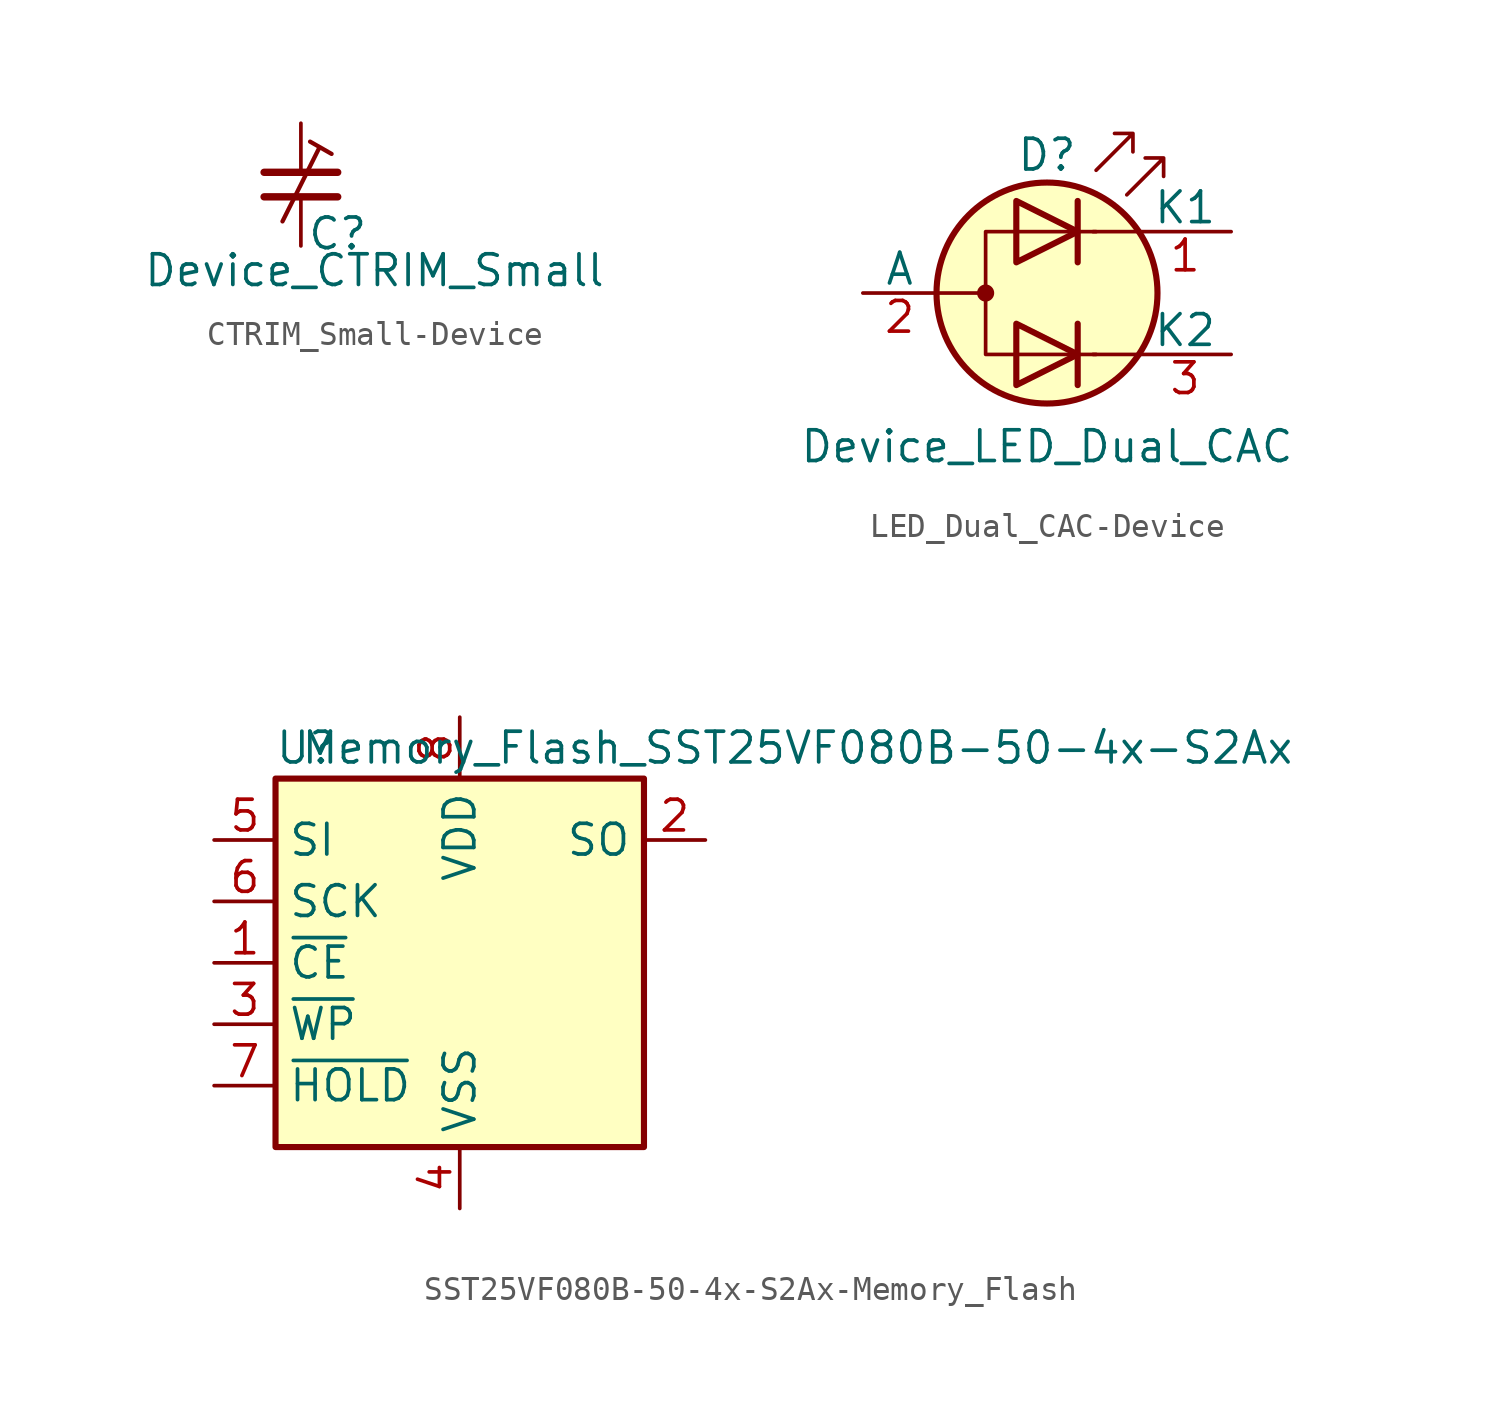
<source format=kicad_sym>
(kicad_symbol_lib
  (version 20220914)
  (generator kicad_symbol_editor)
  (symbol "CTRIM_Small-Device"
    (pin_numbers hide)
    (pin_names
      (offset 0.254) hide)
    (property "Reference" "C"
      (at 1.524 -2.032 0)
      (effects (font (size 1.27 1.27))))
    (property "Value" "Device_CTRIM_Small"
      (at 3.048 -3.556 0)
      (effects (font (size 1.27 1.27))))
    (symbol "CTRIM_Small-Device_0_1"
      (polyline (pts (xy -1.524 -0.508) (xy 1.524 -0.508)) (stroke (width 0.305) (type solid)) (fill (type none)))
      (polyline (pts (xy -1.524 0.508) (xy 1.524 0.508)) (stroke (width 0.305) (type solid)) (fill (type none)))
      (polyline (pts (xy 0.762 1.524) (xy -0.762 -1.524)) (stroke (width 0.178) (type solid)) (fill (type none)))
      (polyline (pts (xy 1.27 1.27) (xy 0.381 1.778)) (stroke (width 0.178) (type solid)) (fill (type none))))
    (symbol "CTRIM_Small-Device_1_1"
      (pin passive line (at 0 2.54 270) (length 2.032) (name "~" (effects (font (size 1.27 1.27)))) (number "1" (effects (font (size 1.27 1.27)))))
      (pin passive line (at 0 -2.54 90) (length 2.032) (name "~" (effects (font (size 1.27 1.27)))) (number "2" (effects (font (size 1.27 1.27)))))))
  (symbol "LED_Dual_CAC-Device"
    (pin_names
      (offset 0))
    (property "Reference" "D"
      (at 0 5.715 0)
      (effects (font (size 1.27 1.27))))
    (property "Value" "Device_LED_Dual_CAC"
      (at 0 -6.35 0)
      (effects (font (size 1.27 1.27))))
    (symbol "LED_Dual_CAC-Device_0_1"
      (circle (center -2.54 0) (radius 0.279) (stroke (width 0) (type solid)) (fill (type outline)))
      (polyline (pts (xy -4.572 0) (xy -2.54 0)) (stroke (width 0) (type solid)) (fill (type none)))
      (polyline (pts (xy 1.27 -1.27) (xy 1.27 -3.81)) (stroke (width 0.254) (type solid)) (fill (type none)))
      (polyline (pts (xy 1.27 3.81) (xy 1.27 1.27)) (stroke (width 0.254) (type solid)) (fill (type none)))
      (polyline (pts (xy 3.81 -2.54) (xy 1.905 -2.54)) (stroke (width 0) (type solid)) (fill (type none)))
      (polyline (pts (xy 3.81 2.54) (xy 1.905 2.54)) (stroke (width 0) (type solid)) (fill (type none)))
      (polyline (pts (xy -1.27 -1.27) (xy -1.27 -3.81) (xy 1.27 -2.54) (xy -1.27 -1.27)) (stroke (width 0.254) (type solid)) (fill (type none)))
      (polyline (pts (xy -1.27 3.81) (xy -1.27 1.27) (xy 1.27 2.54) (xy -1.27 3.81)) (stroke (width 0.254) (type solid)) (fill (type none)))
      (polyline (pts (xy 2.032 2.54) (xy -2.54 2.54) (xy -2.54 -2.54) (xy 2.032 -2.54)) (stroke (width 0) (type solid)) (fill (type none)))
      (polyline (pts (xy 2.032 5.08) (xy 3.556 6.604) (xy 2.794 6.604) (xy 3.556 6.604) (xy 3.556 5.842)) (stroke (width 0) (type solid)) (fill (type none)))
      (polyline (pts (xy 3.302 4.064) (xy 4.826 5.588) (xy 4.064 5.588) (xy 4.826 5.588) (xy 4.826 4.826)) (stroke (width 0) (type solid)) (fill (type none)))
      (circle (center 0 0) (radius 4.572) (stroke (width 0.254) (type solid)) (fill (type background))))
    (symbol "LED_Dual_CAC-Device_1_1"
      (pin input line (at 7.62 2.54 180) (length 3.81) (name "K1" (effects (font (size 1.27 1.27)))) (number "1" (effects (font (size 1.27 1.27)))))
      (pin input line (at -7.62 0 0) (length 3.048) (name "A" (effects (font (size 1.27 1.27)))) (number "2" (effects (font (size 1.27 1.27)))))
      (pin input line (at 7.62 -2.54 180) (length 3.81) (name "K2" (effects (font (size 1.27 1.27)))) (number "3" (effects (font (size 1.27 1.27)))))))
  (symbol "SST25VF080B-50-4x-S2Ax-Memory_Flash"
    (property "Reference" "U"
      (at -6.35 8.89 0)
      (effects (font (size 1.27 1.27))))
    (property "Value" "Memory_Flash_SST25VF080B-50-4x-S2Ax"
      (at 13.97 8.89 0)
      (effects (font (size 1.27 1.27))))
    (symbol "SST25VF080B-50-4x-S2Ax-Memory_Flash_1_1"
      (rectangle (start -7.62 7.62) (end 7.62 -7.62) (stroke (width 0.254) (type solid)) (fill (type background)))
      (pin input line (at -10.16 0 0) (length 2.54) (name "~{CE}" (effects (font (size 1.27 1.27)))) (number "1" (effects (font (size 1.27 1.27)))))
      (pin output line (at 10.16 5.08 180) (length 2.54) (name "SO" (effects (font (size 1.27 1.27)))) (number "2" (effects (font (size 1.27 1.27)))))
      (pin input line (at -10.16 -2.54 0) (length 2.54) (name "~{WP}" (effects (font (size 1.27 1.27)))) (number "3" (effects (font (size 1.27 1.27)))))
      (pin power_in line (at 0 -10.16 90) (length 2.54) (name "VSS" (effects (font (size 1.27 1.27)))) (number "4" (effects (font (size 1.27 1.27)))))
      (pin input line (at -10.16 5.08 0) (length 2.54) (name "SI" (effects (font (size 1.27 1.27)))) (number "5" (effects (font (size 1.27 1.27)))))
      (pin input line (at -10.16 2.54 0) (length 2.54) (name "SCK" (effects (font (size 1.27 1.27)))) (number "6" (effects (font (size 1.27 1.27)))))
      (pin input line (at -10.16 -5.08 0) (length 2.54) (name "~{HOLD}" (effects (font (size 1.27 1.27)))) (number "7" (effects (font (size 1.27 1.27)))))
      (pin power_in line (at 0 10.16 270) (length 2.54) (name "VDD" (effects (font (size 1.27 1.27)))) (number "8" (effects (font (size 1.27 1.27))))))))
</source>
